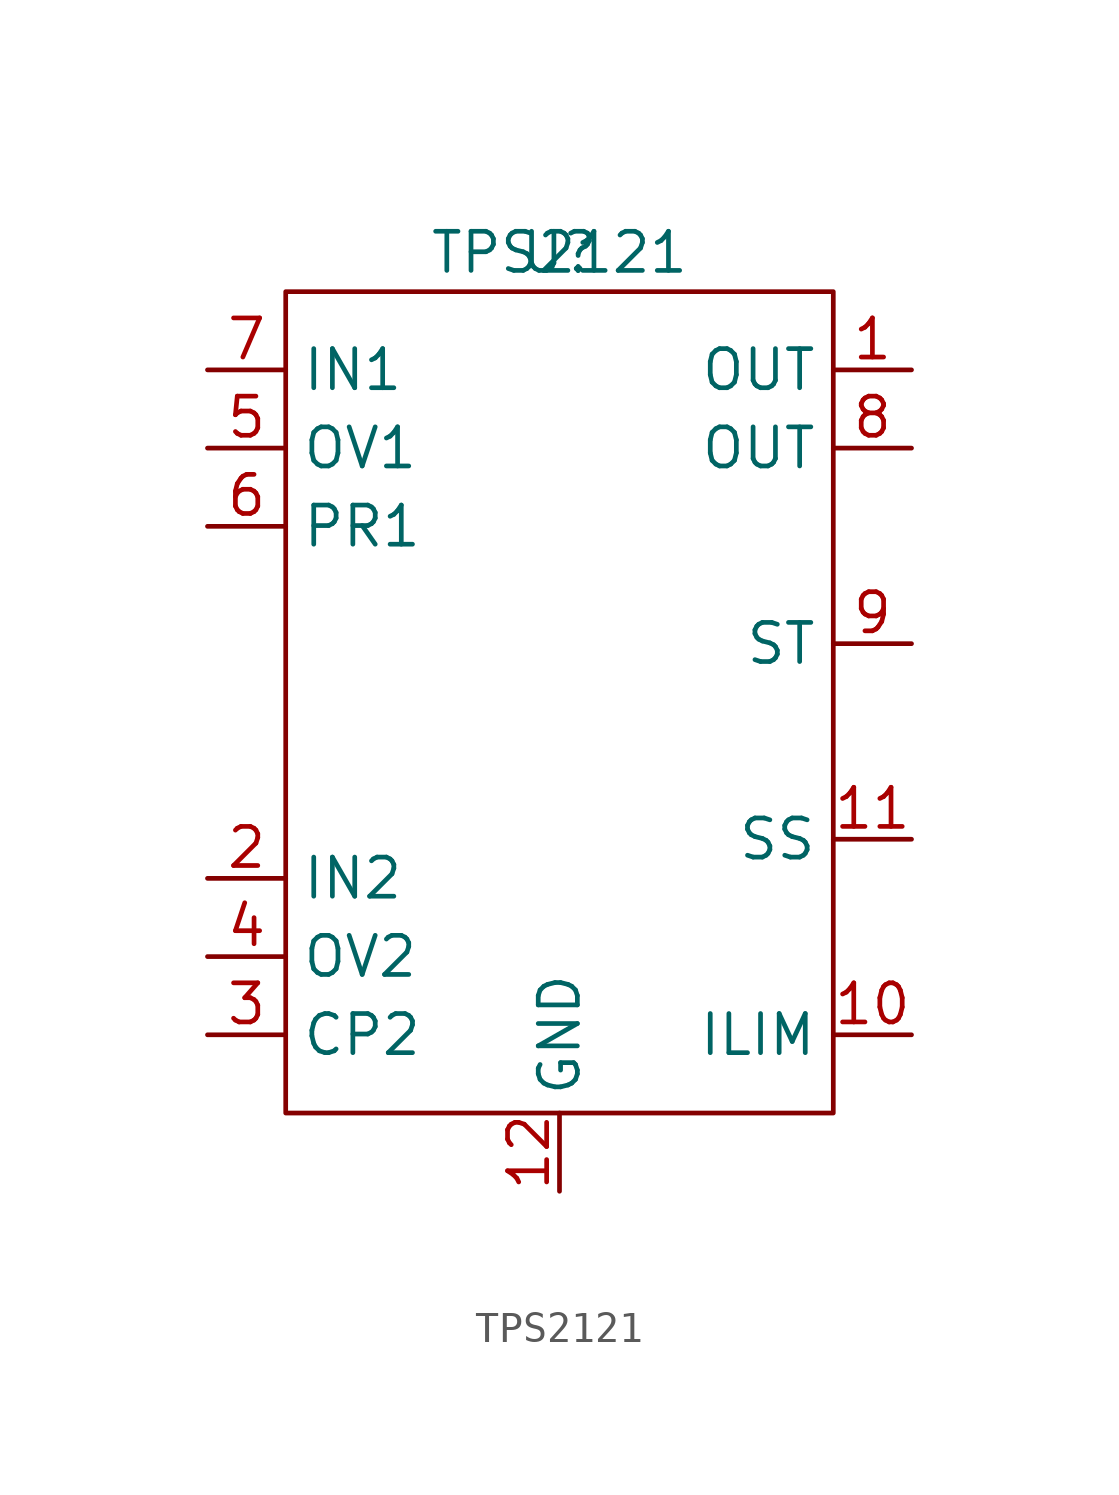
<source format=kicad_sym>
(kicad_symbol_lib
  (version 20241209)
  (generator "kicad_symbol_editor")
  (generator_version "9.0")
  (symbol "TPS2121"
    (property "Reference" "U"
      (at 0 0 0)
      (effects (font (size 1.27 1.27))))
    (property "Value" "TPS2121"
      (at 0 0 0)
      (effects (font (size 1.27 1.27))))
    (symbol "TPS2121_0_1"
      (rectangle (start -8.89 -1.27) (end 8.89 -27.94) (stroke (width 0) (type default)) (fill (type none))))
    (symbol "TPS2121_1_1"
      (pin input line (at -11.43 -3.81 0) (length 2.54) (name "IN1" (effects (font (size 1.27 1.27)))) (number "7" (effects (font (size 1.27 1.27)))))
      (pin input line (at -11.43 -6.35 0) (length 2.54) (name "OV1" (effects (font (size 1.27 1.27)))) (number "5" (effects (font (size 1.27 1.27)))))
      (pin input line (at -11.43 -8.89 0) (length 2.54) (name "PR1" (effects (font (size 1.27 1.27)))) (number "6" (effects (font (size 1.27 1.27)))))
      (pin input line (at -11.43 -20.32 0) (length 2.54) (name "IN2" (effects (font (size 1.27 1.27)))) (number "2" (effects (font (size 1.27 1.27)))))
      (pin input line (at -11.43 -22.86 0) (length 2.54) (name "OV2" (effects (font (size 1.27 1.27)))) (number "4" (effects (font (size 1.27 1.27)))))
      (pin input line (at -11.43 -25.4 0) (length 2.54) (name "CP2" (effects (font (size 1.27 1.27)))) (number "3" (effects (font (size 1.27 1.27)))))
      (pin input line (at 0 -30.48 90) (length 2.54) (name "GND" (effects (font (size 1.27 1.27)))) (number "12" (effects (font (size 1.27 1.27)))))
      (pin input line (at 11.43 -3.81 180) (length 2.54) (name "OUT" (effects (font (size 1.27 1.27)))) (number "1" (effects (font (size 1.27 1.27)))))
      (pin input line (at 11.43 -6.35 180) (length 2.54) (name "OUT" (effects (font (size 1.27 1.27)))) (number "8" (effects (font (size 1.27 1.27)))))
      (pin input line (at 11.43 -12.7 180) (length 2.54) (name "ST" (effects (font (size 1.27 1.27)))) (number "9" (effects (font (size 1.27 1.27)))))
      (pin input line (at 11.43 -19.05 180) (length 2.54) (name "SS" (effects (font (size 1.27 1.27)))) (number "11" (effects (font (size 1.27 1.27)))))
      (pin input line (at 11.43 -25.4 180) (length 2.54) (name "ILIM" (effects (font (size 1.27 1.27)))) (number "10" (effects (font (size 1.27 1.27))))))))
</source>
